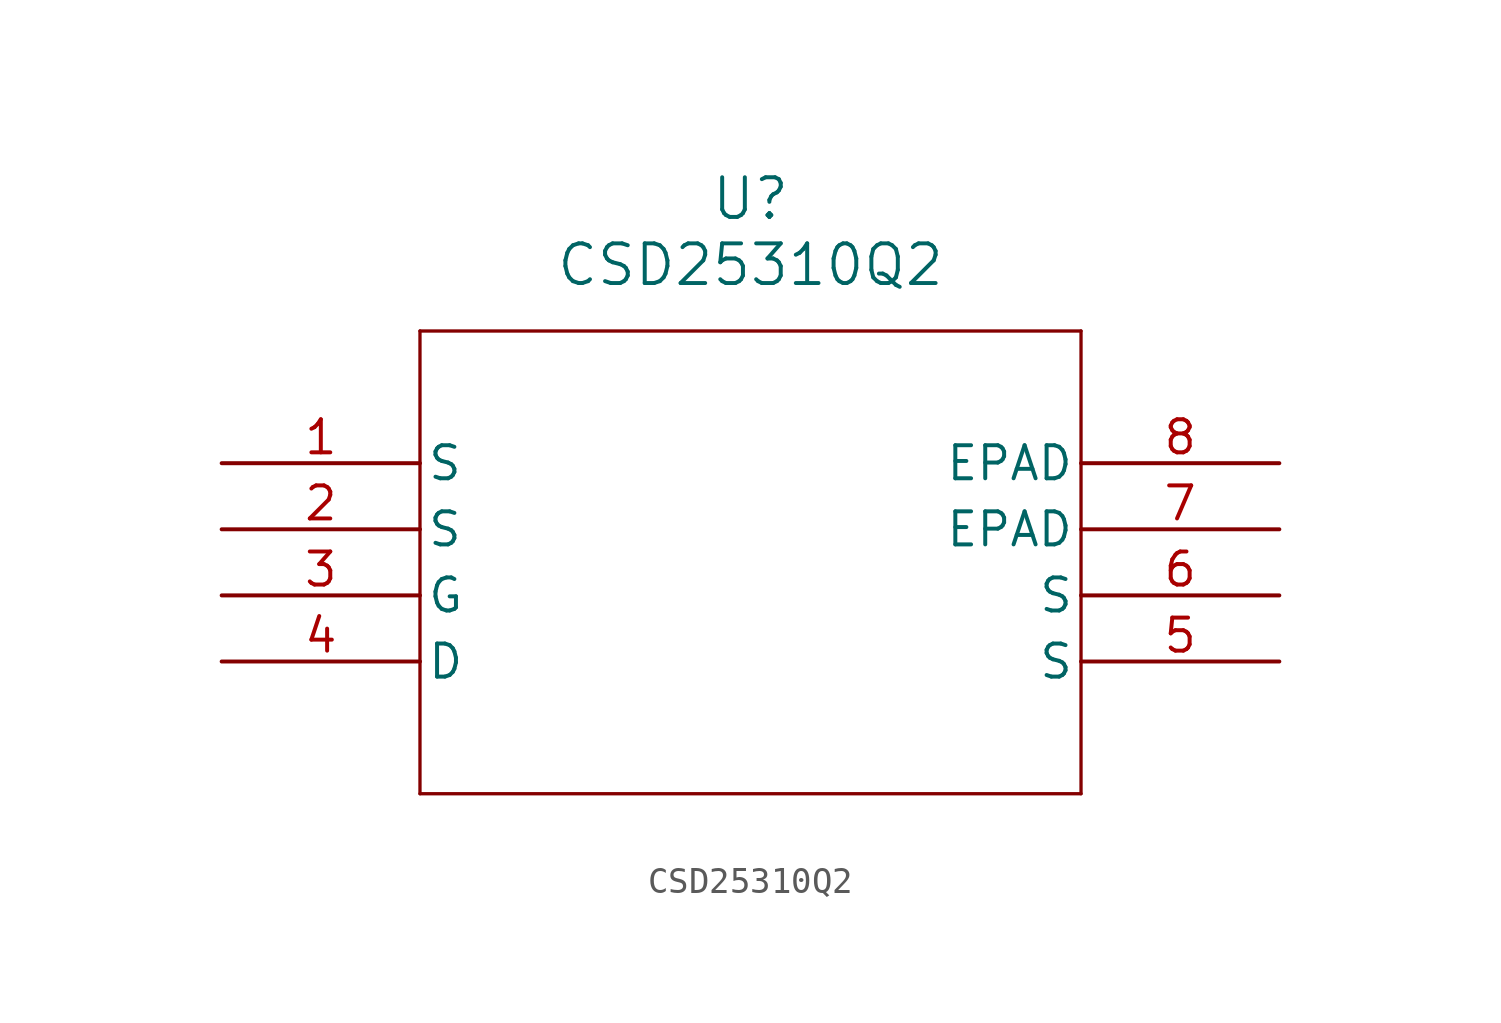
<source format=kicad_sym>
(kicad_symbol_lib
  (version 20211014)
  (generator kicad_symbol_editor)
  (symbol "CSD25310Q2"
    (pin_names
      (offset 0.254))
    (property "Reference" "U"
      (at 20.32 10.16 0)
      (effects (font (size 1.524 1.524))))
    (property "Value" "CSD25310Q2"
      (at 20.32 7.62 0)
      (effects (font (size 1.524 1.524))))
    (symbol "CSD25310Q2_0_1"
      (polyline (pts (xy 7.62 5.08) (xy 7.62 -12.7)) (stroke (width 0.127) (type default) (color 0 0 0 0)) (fill (type none)))
      (polyline (pts (xy 7.62 -12.7) (xy 33.02 -12.7)) (stroke (width 0.127) (type default) (color 0 0 0 0)) (fill (type none)))
      (polyline (pts (xy 33.02 -12.7) (xy 33.02 5.08)) (stroke (width 0.127) (type default) (color 0 0 0 0)) (fill (type none)))
      (polyline (pts (xy 33.02 5.08) (xy 7.62 5.08)) (stroke (width 0.127) (type default) (color 0 0 0 0)) (fill (type none)))
      (pin unspecified line (at 0 0 0) (length 7.62) (name "S" (effects (font (size 1.27 1.27)))) (number "1" (effects (font (size 1.27 1.27)))))
      (pin unspecified line (at 0 -2.54 0) (length 7.62) (name "S" (effects (font (size 1.27 1.27)))) (number "2" (effects (font (size 1.27 1.27)))))
      (pin unspecified line (at 0 -5.08 0) (length 7.62) (name "G" (effects (font (size 1.27 1.27)))) (number "3" (effects (font (size 1.27 1.27)))))
      (pin unspecified line (at 0 -7.62 0) (length 7.62) (name "D" (effects (font (size 1.27 1.27)))) (number "4" (effects (font (size 1.27 1.27)))))
      (pin unspecified line (at 40.64 -7.62 180) (length 7.62) (name "S" (effects (font (size 1.27 1.27)))) (number "5" (effects (font (size 1.27 1.27)))))
      (pin unspecified line (at 40.64 -5.08 180) (length 7.62) (name "S" (effects (font (size 1.27 1.27)))) (number "6" (effects (font (size 1.27 1.27)))))
      (pin unspecified line (at 40.64 -2.54 180) (length 7.62) (name "EPAD" (effects (font (size 1.27 1.27)))) (number "7" (effects (font (size 1.27 1.27)))))
      (pin unspecified line (at 40.64 0 180) (length 7.62) (name "EPAD" (effects (font (size 1.27 1.27)))) (number "8" (effects (font (size 1.27 1.27))))))))
</source>
